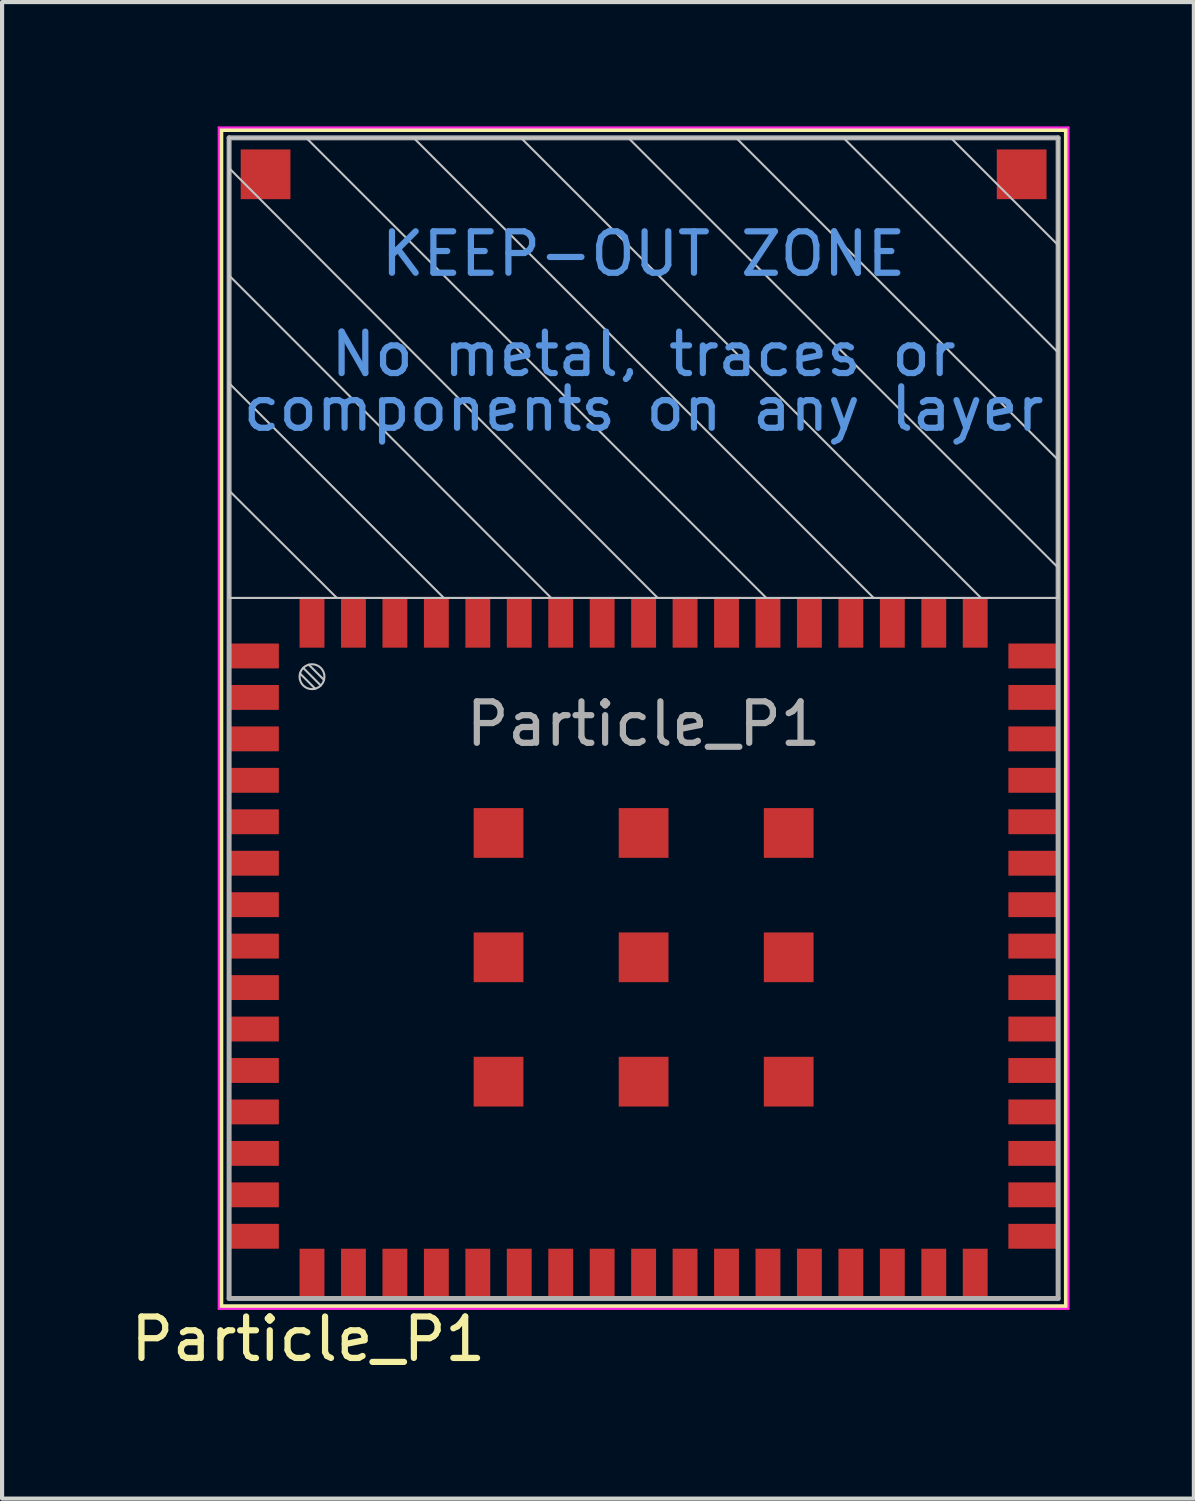
<source format=kicad_pcb>
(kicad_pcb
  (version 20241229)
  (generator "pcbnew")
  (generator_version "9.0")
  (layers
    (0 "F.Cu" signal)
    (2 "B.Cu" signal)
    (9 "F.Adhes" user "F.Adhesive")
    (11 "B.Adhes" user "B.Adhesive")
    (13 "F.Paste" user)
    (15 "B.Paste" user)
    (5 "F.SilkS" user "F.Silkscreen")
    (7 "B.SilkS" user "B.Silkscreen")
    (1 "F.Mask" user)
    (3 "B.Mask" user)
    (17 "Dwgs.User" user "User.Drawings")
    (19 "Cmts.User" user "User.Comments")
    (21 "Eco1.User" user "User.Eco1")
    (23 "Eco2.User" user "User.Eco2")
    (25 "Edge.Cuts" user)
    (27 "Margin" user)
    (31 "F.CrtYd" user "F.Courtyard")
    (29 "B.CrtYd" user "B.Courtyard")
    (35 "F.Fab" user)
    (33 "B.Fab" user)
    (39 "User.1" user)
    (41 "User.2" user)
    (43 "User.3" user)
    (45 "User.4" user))
  (footprint "Particle_P1"
    (layer "F.Cu")
    (at 12.477 14.415)
    (property "Reference" "Particle_P1" (at -8.09 14.84 180) (layer "F.SilkS") (effects (font (size 1 1) (thickness 0.15))))
    (attr smd)
    (fp_line (start -10.2 -14.34) (end 10.2 -14.34) (stroke (width 0.12) (type solid)) (layer "F.SilkS"))
    (fp_line (start -10.2 14.06) (end -10.2 -14.34) (stroke (width 0.12) (type solid)) (layer "F.SilkS"))
    (fp_line (start 10.2 -14.34) (end 10.2 14.06) (stroke (width 0.12) (type solid)) (layer "F.SilkS"))
    (fp_line (start 10.2 14.06) (end -10.2 14.06) (stroke (width 0.12) (type solid)) (layer "F.SilkS"))
    (fp_line (start -10 -14.14) (end 10 -14.14) (stroke (width 0.05) (type solid)) (layer "Dwgs.User"))
    (fp_line (start -10 -13.41) (end 0.34 -3.04) (stroke (width 0.05) (type solid)) (layer "Dwgs.User"))
    (fp_line (start -10 -10.82) (end -2.23 -3.04) (stroke (width 0.05) (type solid)) (layer "Dwgs.User"))
    (fp_line (start -10 -8.22) (end -4.82 -3.04) (stroke (width 0.05) (type solid)) (layer "Dwgs.User"))
    (fp_line (start -10 -5.63) (end -7.4 -3.04) (stroke (width 0.05) (type solid)) (layer "Dwgs.User"))
    (fp_line (start -10 -3.04) (end -10 -14.14) (stroke (width 0.05) (type solid)) (layer "Dwgs.User"))
    (fp_line (start -8.29 -1.218) (end -7.922 -0.85) (stroke (width 0.05) (type solid)) (layer "Dwgs.User"))
    (fp_line (start -8.212 -1.352) (end -7.788 -0.928) (stroke (width 0.05) (type solid)) (layer "Dwgs.User"))
    (fp_line (start -8.078 -1.43) (end -7.71 -1.062) (stroke (width 0.05) (type solid)) (layer "Dwgs.User"))
    (fp_line (start 2.96 -3.04) (end -8.14 -14.14) (stroke (width 0.05) (type solid)) (layer "Dwgs.User"))
    (fp_line (start 5.55 -3.04) (end -5.55 -14.14) (stroke (width 0.05) (type solid)) (layer "Dwgs.User"))
    (fp_line (start 8.14 -3.04) (end -2.96 -14.14) (stroke (width 0.05) (type solid)) (layer "Dwgs.User"))
    (fp_line (start 10 -14.14) (end 10 -3.04) (stroke (width 0.05) (type solid)) (layer "Dwgs.User"))
    (fp_line (start 10 -11.55) (end 7.41 -14.14) (stroke (width 0.05) (type solid)) (layer "Dwgs.User"))
    (fp_line (start 10 -8.96) (end 4.82 -14.14) (stroke (width 0.05) (type solid)) (layer "Dwgs.User"))
    (fp_line (start 10 -6.37) (end 2.23 -14.14) (stroke (width 0.05) (type solid)) (layer "Dwgs.User"))
    (fp_line (start 10 -3.77) (end -0.37 -14.14) (stroke (width 0.05) (type solid)) (layer "Dwgs.User"))
    (fp_line (start 10 -3.04) (end -10 -3.04) (stroke (width 0.05) (type solid)) (layer "Dwgs.User"))
    (fp_circle (center -8 -1.14) (end -7.7 -1.14) (stroke (width 0.05) (type solid)) (fill no) (layer "Dwgs.User"))
    (fp_line (start -10.25 14.11) (end -10.25 -14.39) (stroke (width 0.05) (type solid)) (layer "F.CrtYd"))
    (fp_line (start -10.25 14.11) (end 10.25 14.11) (stroke (width 0.05) (type solid)) (layer "F.CrtYd"))
    (fp_line (start 10.25 -14.39) (end -10.25 -14.39) (stroke (width 0.05) (type solid)) (layer "F.CrtYd"))
    (fp_line (start 10.25 -14.39) (end 10.25 14.11) (stroke (width 0.05) (type solid)) (layer "F.CrtYd"))
    (fp_line (start -10 13.86) (end -10 -14.14) (stroke (width 0.12) (type solid)) (layer "F.Fab"))
    (fp_line (start -10 13.86) (end 10 13.86) (stroke (width 0.12) (type solid)) (layer "F.Fab"))
    (fp_line (start 10 -14.14) (end -10 -14.14) (stroke (width 0.12) (type solid)) (layer "F.Fab"))
    (fp_line (start 10 13.86) (end 10 -14.14) (stroke (width 0.12) (type solid)) (layer "F.Fab"))
    (fp_text user "KEEP-OUT ZONE" (at 0 -11.34 0) (layer "Cmts.User") (effects (font (size 1 1) (thickness 0.15))))
    (fp_text user "components on any layer" (at 0 -7.6 0) (layer "Cmts.User") (effects (font (size 1 1) (thickness 0.15))))
    (fp_text user "No metal, traces or" (at 0 -8.92 0) (layer "Cmts.User") (effects (font (size 1 1) (thickness 0.15))))
    (fp_text user "${REFERENCE}" (at 0 0 0) (layer "F.Fab") (effects (font (size 1 1) (thickness 0.15))))
    (pad "1" smd rect (at -9.4 -1.64 270) (size 0.6 1.2) (layers "F.Cu" "F.Mask" "F.Paste"))
    (pad "2" smd rect (at -9.4 -0.64 270) (size 0.6 1.2) (layers "F.Cu" "F.Mask" "F.Paste"))
    (pad "3" smd rect (at -9.4 0.36 270) (size 0.6 1.2) (layers "F.Cu" "F.Mask" "F.Paste"))
    (pad "4" smd rect (at -9.4 1.36 270) (size 0.6 1.2) (layers "F.Cu" "F.Mask" "F.Paste"))
    (pad "5" smd rect (at -9.4 2.36 270) (size 0.6 1.2) (layers "F.Cu" "F.Mask" "F.Paste"))
    (pad "6" smd rect (at -9.4 3.36 270) (size 0.6 1.2) (layers "F.Cu" "F.Mask" "F.Paste"))
    (pad "7" smd rect (at -9.4 4.36 270) (size 0.6 1.2) (layers "F.Cu" "F.Mask" "F.Paste"))
    (pad "8" smd rect (at -9.4 5.36 270) (size 0.6 1.2) (layers "F.Cu" "F.Mask" "F.Paste"))
    (pad "9" smd rect (at -9.4 6.36 270) (size 0.6 1.2) (layers "F.Cu" "F.Mask" "F.Paste"))
    (pad "10" smd rect (at -9.4 7.36 270) (size 0.6 1.2) (layers "F.Cu" "F.Mask" "F.Paste"))
    (pad "11" smd rect (at -9.4 8.36 270) (size 0.6 1.2) (layers "F.Cu" "F.Mask" "F.Paste"))
    (pad "12" smd rect (at -9.4 9.36 270) (size 0.6 1.2) (layers "F.Cu" "F.Mask" "F.Paste"))
    (pad "13" smd rect (at -9.4 10.36 270) (size 0.6 1.2) (layers "F.Cu" "F.Mask" "F.Paste"))
    (pad "14" smd rect (at -9.4 11.36 270) (size 0.6 1.2) (layers "F.Cu" "F.Mask" "F.Paste"))
    (pad "15" smd rect (at -9.4 12.36 270) (size 0.6 1.2) (layers "F.Cu" "F.Mask" "F.Paste"))
    (pad "16" smd rect (at -8 13.26 270) (size 1.2 0.6) (layers "F.Cu" "F.Mask" "F.Paste"))
    (pad "17" smd rect (at -7 13.26 270) (size 1.2 0.6) (layers "F.Cu" "F.Mask" "F.Paste"))
    (pad "18" smd rect (at -6 13.26 270) (size 1.2 0.6) (layers "F.Cu" "F.Mask" "F.Paste"))
    (pad "19" smd rect (at -5 13.26 270) (size 1.2 0.6) (layers "F.Cu" "F.Mask" "F.Paste"))
    (pad "20" smd rect (at -4 13.26 270) (size 1.2 0.6) (layers "F.Cu" "F.Mask" "F.Paste"))
    (pad "21" smd rect (at -3 13.26 270) (size 1.2 0.6) (layers "F.Cu" "F.Mask" "F.Paste"))
    (pad "22" smd rect (at -2 13.26 270) (size 1.2 0.6) (layers "F.Cu" "F.Mask" "F.Paste"))
    (pad "23" smd rect (at -1 13.26 270) (size 1.2 0.6) (layers "F.Cu" "F.Mask" "F.Paste"))
    (pad "24" smd rect (at 0 13.26 270) (size 1.2 0.6) (layers "F.Cu" "F.Mask" "F.Paste"))
    (pad "25" smd rect (at 1 13.26 270) (size 1.2 0.6) (layers "F.Cu" "F.Mask" "F.Paste"))
    (pad "26" smd rect (at 2 13.26 270) (size 1.2 0.6) (layers "F.Cu" "F.Mask" "F.Paste"))
    (pad "27" smd rect (at 3 13.26 270) (size 1.2 0.6) (layers "F.Cu" "F.Mask" "F.Paste"))
    (pad "28" smd rect (at 4 13.26 270) (size 1.2 0.6) (layers "F.Cu" "F.Mask" "F.Paste"))
    (pad "29" smd rect (at 5 13.26 270) (size 1.2 0.6) (layers "F.Cu" "F.Mask" "F.Paste"))
    (pad "30" smd rect (at 6 13.26 270) (size 1.2 0.6) (layers "F.Cu" "F.Mask" "F.Paste"))
    (pad "31" smd rect (at 7 13.26 270) (size 1.2 0.6) (layers "F.Cu" "F.Mask" "F.Paste"))
    (pad "32" smd rect (at 8 13.26 270) (size 1.2 0.6) (layers "F.Cu" "F.Mask" "F.Paste"))
    (pad "33" smd rect (at 9.4 12.36 270) (size 0.6 1.2) (layers "F.Cu" "F.Mask" "F.Paste"))
    (pad "34" smd rect (at 9.4 11.36 270) (size 0.6 1.2) (layers "F.Cu" "F.Mask" "F.Paste"))
    (pad "35" smd rect (at 9.4 10.36 270) (size 0.6 1.2) (layers "F.Cu" "F.Mask" "F.Paste"))
    (pad "36" smd rect (at 9.4 9.36 270) (size 0.6 1.2) (layers "F.Cu" "F.Mask" "F.Paste"))
    (pad "37" smd rect (at 9.4 8.36 270) (size 0.6 1.2) (layers "F.Cu" "F.Mask" "F.Paste"))
    (pad "38" smd rect (at 9.4 7.36 270) (size 0.6 1.2) (layers "F.Cu" "F.Mask" "F.Paste"))
    (pad "39" smd rect (at 9.4 6.36 270) (size 0.6 1.2) (layers "F.Cu" "F.Mask" "F.Paste"))
    (pad "40" smd rect (at 9.4 5.36 270) (size 0.6 1.2) (layers "F.Cu" "F.Mask" "F.Paste"))
    (pad "41" smd rect (at 9.4 4.36 270) (size 0.6 1.2) (layers "F.Cu" "F.Mask" "F.Paste"))
    (pad "42" smd rect (at 9.4 3.36 270) (size 0.6 1.2) (layers "F.Cu" "F.Mask" "F.Paste"))
    (pad "43" smd rect (at 9.4 2.36 270) (size 0.6 1.2) (layers "F.Cu" "F.Mask" "F.Paste"))
    (pad "44" smd rect (at 9.4 1.36 270) (size 0.6 1.2) (layers "F.Cu" "F.Mask" "F.Paste"))
    (pad "45" smd rect (at 9.4 0.36 270) (size 0.6 1.2) (layers "F.Cu" "F.Mask" "F.Paste"))
    (pad "46" smd rect (at 9.4 -0.64 270) (size 0.6 1.2) (layers "F.Cu" "F.Mask" "F.Paste"))
    (pad "47" smd rect (at 9.4 -1.64 270) (size 0.6 1.2) (layers "F.Cu" "F.Mask" "F.Paste"))
    (pad "48" smd rect (at 8 -2.44 270) (size 1.2 0.6) (layers "F.Cu" "F.Mask" "F.Paste"))
    (pad "49" smd rect (at 7 -2.44 270) (size 1.2 0.6) (layers "F.Cu" "F.Mask" "F.Paste"))
    (pad "50" smd rect (at 6 -2.44 270) (size 1.2 0.6) (layers "F.Cu" "F.Mask" "F.Paste"))
    (pad "51" smd rect (at 5 -2.44 270) (size 1.2 0.6) (layers "F.Cu" "F.Mask" "F.Paste"))
    (pad "52" smd rect (at 4 -2.44 270) (size 1.2 0.6) (layers "F.Cu" "F.Mask" "F.Paste"))
    (pad "53" smd rect (at 3 -2.44 270) (size 1.2 0.6) (layers "F.Cu" "F.Mask" "F.Paste"))
    (pad "54" smd rect (at 2 -2.44 270) (size 1.2 0.6) (layers "F.Cu" "F.Mask" "F.Paste"))
    (pad "55" smd rect (at 1 -2.44 270) (size 1.2 0.6) (layers "F.Cu" "F.Mask" "F.Paste"))
    (pad "56" smd rect (at 0 -2.44 270) (size 1.2 0.6) (layers "F.Cu" "F.Mask" "F.Paste"))
    (pad "57" smd rect (at -1 -2.44 270) (size 1.2 0.6) (layers "F.Cu" "F.Mask" "F.Paste"))
    (pad "58" smd rect (at -2 -2.44 270) (size 1.2 0.6) (layers "F.Cu" "F.Mask" "F.Paste"))
    (pad "59" smd rect (at -3 -2.44 270) (size 1.2 0.6) (layers "F.Cu" "F.Mask" "F.Paste"))
    (pad "60" smd rect (at -4 -2.44 270) (size 1.2 0.6) (layers "F.Cu" "F.Mask" "F.Paste"))
    (pad "61" smd rect (at -5 -2.44 270) (size 1.2 0.6) (layers "F.Cu" "F.Mask" "F.Paste"))
    (pad "62" smd rect (at -6 -2.44 270) (size 1.2 0.6) (layers "F.Cu" "F.Mask" "F.Paste"))
    (pad "63" smd rect (at -7 -2.44 270) (size 1.2 0.6) (layers "F.Cu" "F.Mask" "F.Paste"))
    (pad "64" smd rect (at -8 -2.44 270) (size 1.2 0.6) (layers "F.Cu" "F.Mask" "F.Paste"))
    (pad "65" smd rect (at -3.5 2.63 270) (size 1.2 1.2) (layers "F.Cu" "F.Mask" "F.Paste"))
    (pad "66" smd rect (at -3.5 5.63 270) (size 1.2 1.2) (layers "F.Cu" "F.Mask" "F.Paste"))
    (pad "67" smd rect (at -3.5 8.63 270) (size 1.2 1.2) (layers "F.Cu" "F.Mask" "F.Paste"))
    (pad "68" smd rect (at 0 2.63 270) (size 1.2 1.2) (layers "F.Cu" "F.Mask" "F.Paste"))
    (pad "69" smd rect (at 0 5.63 270) (size 1.2 1.2) (layers "F.Cu" "F.Mask" "F.Paste"))
    (pad "70" smd rect (at 0 8.63 270) (size 1.2 1.2) (layers "F.Cu" "F.Mask" "F.Paste"))
    (pad "71" smd rect (at 3.5 2.63 270) (size 1.2 1.2) (layers "F.Cu" "F.Mask" "F.Paste"))
    (pad "72" smd rect (at 3.5 5.63 270) (size 1.2 1.2) (layers "F.Cu" "F.Mask" "F.Paste"))
    (pad "73" smd rect (at 3.5 8.63 270) (size 1.2 1.2) (layers "F.Cu" "F.Mask" "F.Paste"))
    (pad "74" smd rect (at 9.12 -13.26 270) (size 1.2 1.2) (layers "F.Cu" "F.Mask" "F.Paste"))
    (pad "75" smd rect (at -9.12 -13.26 270) (size 1.2 1.2) (layers "F.Cu" "F.Mask" "F.Paste")))
  (gr_rect
    (start -3 -3)
    (end 25.752 33.103)
    (stroke (width 0.1) (type default))
    (fill no)
    (layer "Edge.Cuts")))
</source>
